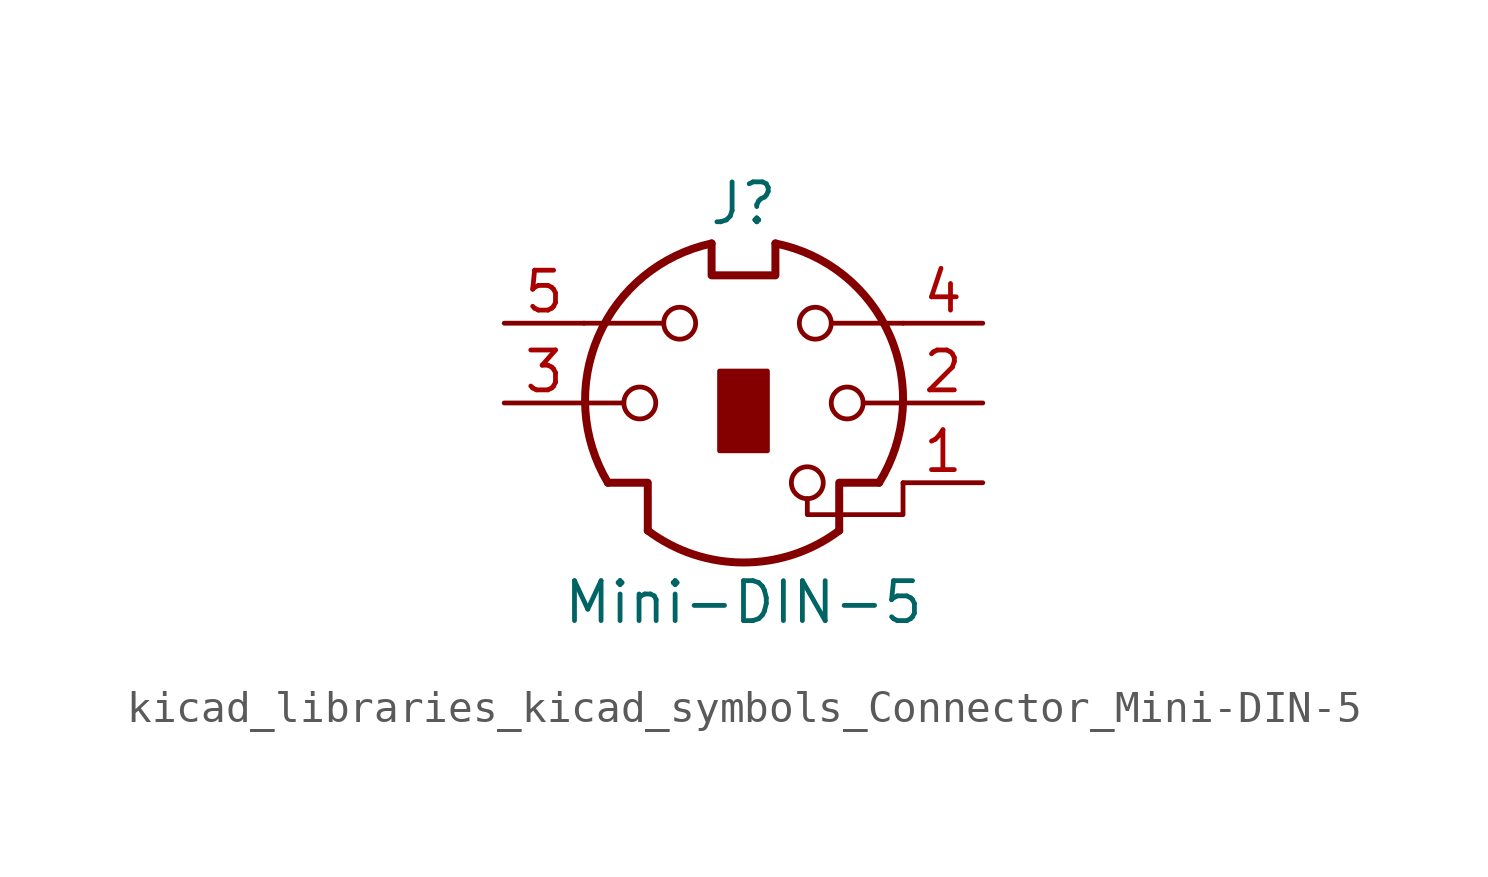
<source format=kicad_sym>
(kicad_symbol_lib
  (version 20220914)
  (generator kicad_symbol_editor)
  (symbol "kicad_libraries_kicad_symbols_Connector_Mini-DIN-5"
    (pin_names
      (offset 1.016))
    (property "Reference" "J"
      (at 0 6.35 0)
      (effects (font (size 1.27 1.27))))
    (property "Value" "Mini-DIN-5"
      (at 0 -6.35 0)
      (effects (font (size 1.27 1.27))))
    (symbol "kicad_libraries_kicad_symbols_Connector_Mini-DIN-5_0_1"
      (circle (center -3.302 0) (radius 0.508) (stroke (width 0) (type default)) (fill (type none)))
      (arc (start -3.048 -4.064) (mid 0 -5.08) (end 3.048 -4.064) (stroke (width 0.254) (type default)) (fill (type none)))
      (circle (center -2.032 2.54) (radius 0.508) (stroke (width 0) (type default)) (fill (type none)))
      (arc (start -1.016 5.08) (mid -4.6228 2.1214) (end -4.318 -2.54) (stroke (width 0.254) (type default)) (fill (type none)))
      (rectangle (start -0.762 1.016) (end 0.762 -1.524) (stroke (width 0) (type default)) (fill (type outline)))
      (polyline (pts (xy -3.81 0) (xy -5.08 0)) (stroke (width 0) (type default)) (fill (type none)))
      (polyline (pts (xy -2.54 2.54) (xy -5.08 2.54)) (stroke (width 0) (type default)) (fill (type none)))
      (polyline (pts (xy 2.794 2.54) (xy 5.08 2.54)) (stroke (width 0) (type default)) (fill (type none)))
      (polyline (pts (xy 5.08 0) (xy 3.81 0)) (stroke (width 0) (type default)) (fill (type none)))
      (polyline (pts (xy -4.318 -2.54) (xy -3.048 -2.54) (xy -3.048 -4.064)) (stroke (width 0.254) (type default)) (fill (type none)))
      (polyline (pts (xy 4.318 -2.54) (xy 3.048 -2.54) (xy 3.048 -4.064)) (stroke (width 0.254) (type default)) (fill (type none)))
      (polyline (pts (xy -1.016 5.08) (xy -1.016 4.064) (xy 1.016 4.064) (xy 1.016 5.08)) (stroke (width 0.254) (type default)) (fill (type none)))
      (polyline (pts (xy 2.032 -3.048) (xy 2.032 -3.556) (xy 5.08 -3.556) (xy 5.08 -2.54)) (stroke (width 0) (type default)) (fill (type none)))
      (circle (center 2.032 -2.54) (radius 0.508) (stroke (width 0) (type default)) (fill (type none)))
      (circle (center 2.286 2.54) (radius 0.508) (stroke (width 0) (type default)) (fill (type none)))
      (circle (center 3.302 0) (radius 0.508) (stroke (width 0) (type default)) (fill (type none)))
      (arc (start 4.318 -2.54) (mid 4.6661 2.1322) (end 1.016 5.08) (stroke (width 0.254) (type default)) (fill (type none))))
    (symbol "kicad_libraries_kicad_symbols_Connector_Mini-DIN-5_1_1"
      (pin passive line (at 7.62 -2.54 180) (length 2.54) (name "~" (effects (font (size 1.27 1.27)))) (number "1" (effects (font (size 1.27 1.27)))))
      (pin passive line (at 7.62 0 180) (length 2.54) (name "~" (effects (font (size 1.27 1.27)))) (number "2" (effects (font (size 1.27 1.27)))))
      (pin passive line (at -7.62 0 0) (length 2.54) (name "~" (effects (font (size 1.27 1.27)))) (number "3" (effects (font (size 1.27 1.27)))))
      (pin passive line (at 7.62 2.54 180) (length 2.54) (name "~" (effects (font (size 1.27 1.27)))) (number "4" (effects (font (size 1.27 1.27)))))
      (pin passive line (at -7.62 2.54 0) (length 2.54) (name "~" (effects (font (size 1.27 1.27)))) (number "5" (effects (font (size 1.27 1.27))))))))
</source>
